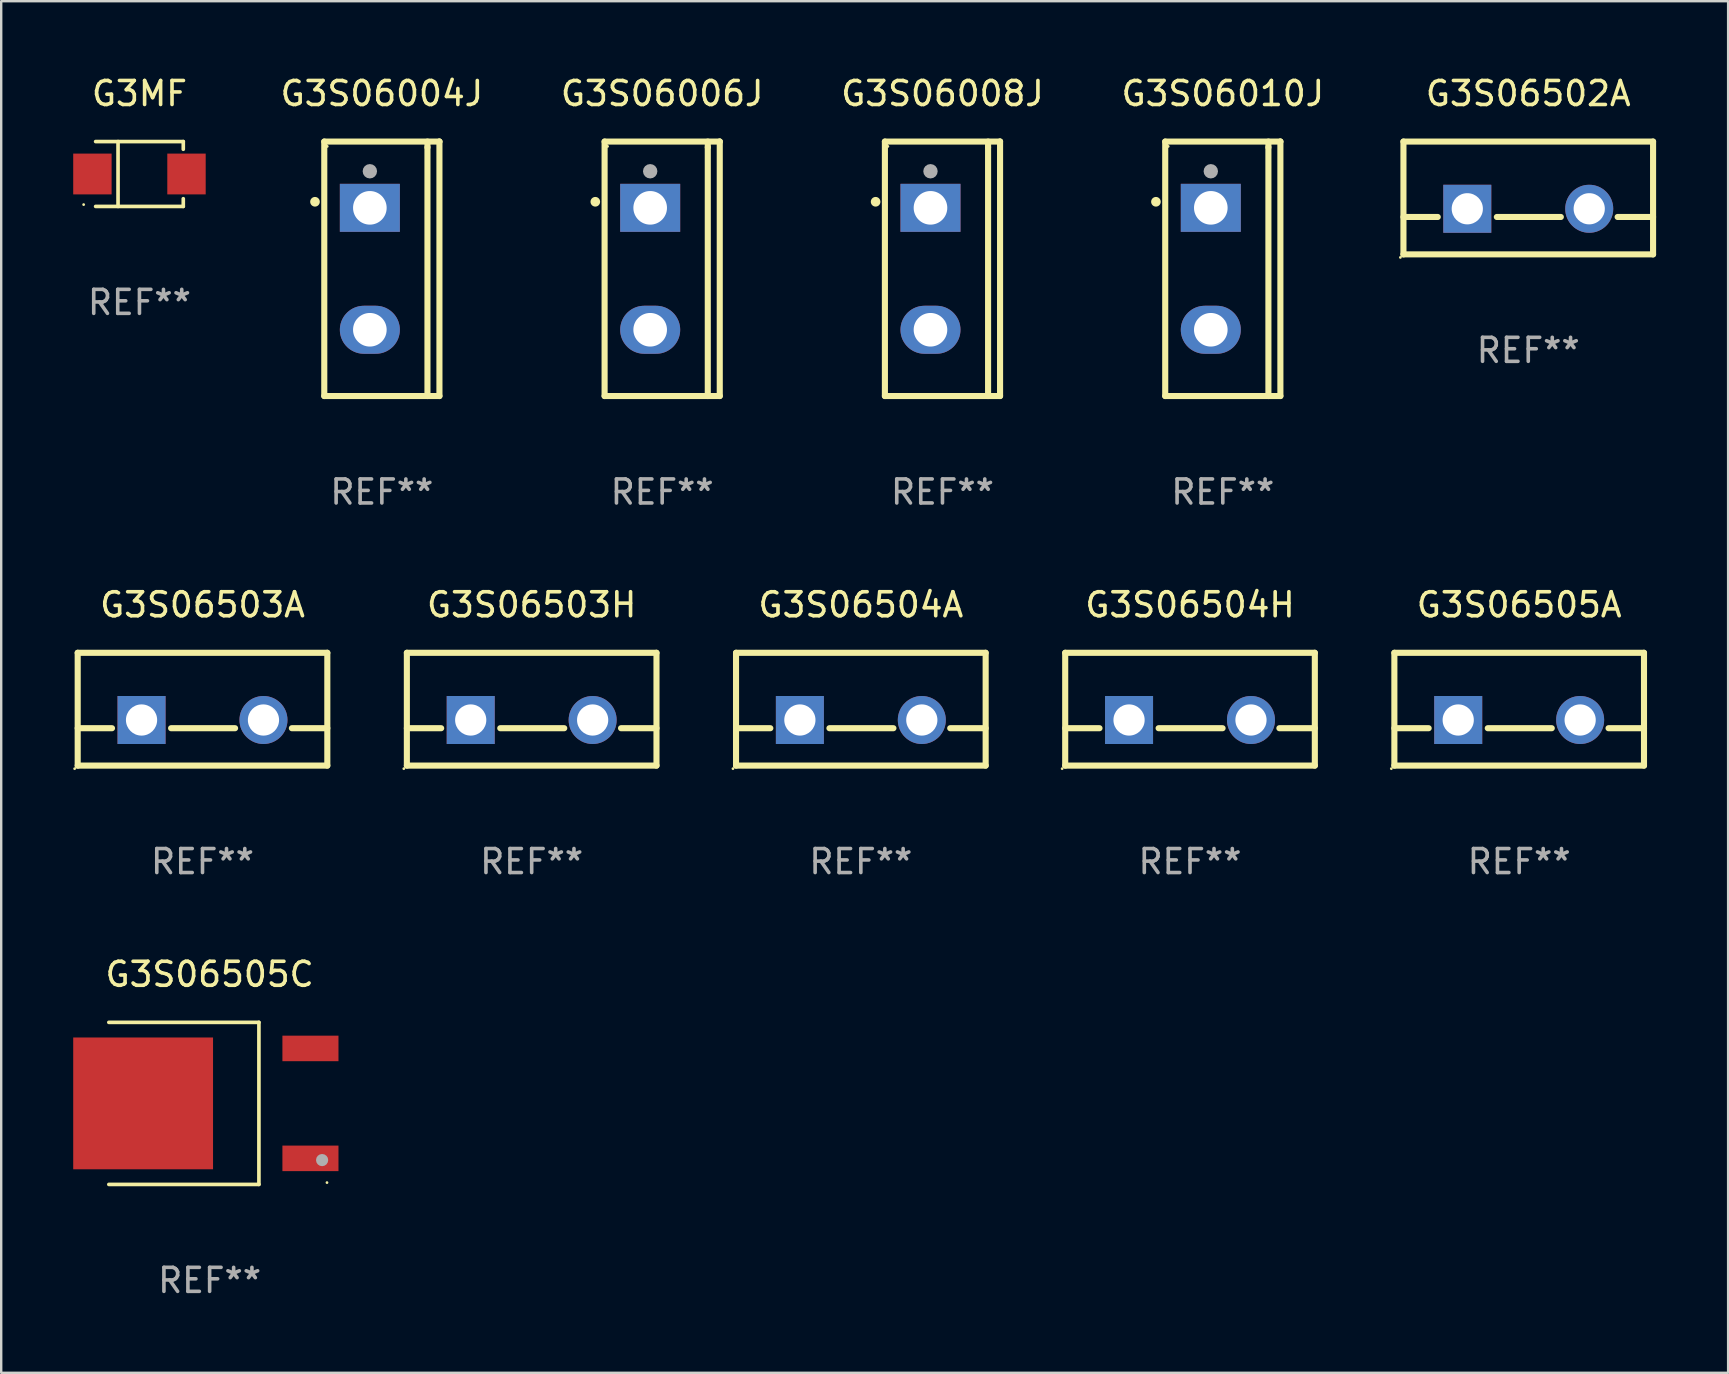
<source format=kicad_pcb>
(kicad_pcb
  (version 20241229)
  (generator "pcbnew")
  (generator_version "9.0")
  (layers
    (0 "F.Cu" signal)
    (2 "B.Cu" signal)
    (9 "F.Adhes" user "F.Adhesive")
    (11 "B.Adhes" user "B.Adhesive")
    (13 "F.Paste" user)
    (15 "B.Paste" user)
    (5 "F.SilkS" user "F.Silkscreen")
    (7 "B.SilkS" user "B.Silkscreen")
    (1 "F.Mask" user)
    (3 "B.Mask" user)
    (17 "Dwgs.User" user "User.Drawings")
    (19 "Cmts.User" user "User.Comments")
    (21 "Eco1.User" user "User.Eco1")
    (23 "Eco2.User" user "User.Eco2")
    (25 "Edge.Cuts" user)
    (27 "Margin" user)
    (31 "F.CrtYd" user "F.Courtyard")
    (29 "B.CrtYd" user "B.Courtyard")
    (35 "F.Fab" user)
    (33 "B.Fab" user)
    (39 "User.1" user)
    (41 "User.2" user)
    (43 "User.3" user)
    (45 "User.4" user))
  (footprint "G3S06504H"
    (layer "F.Cu")
    (at 46.529 26.497)
    (property "Reference" "G3S06504H" (at 0 -4.35 0) (layer "F.SilkS") (effects (font (size 1 1) (thickness 0.15))))
    (attr through_hole)
    (fp_line (start -5.2 -2.35) (end -5.2 2.35) (stroke (width 0.254) (type solid)) (layer "F.SilkS"))
    (fp_line (start -5.2 -2.35) (end 5.2 -2.35) (stroke (width 0.254) (type solid)) (layer "F.SilkS"))
    (fp_line (start -5.2 0.792) (end -3.771 0.792) (stroke (width 0.254) (type solid)) (layer "F.SilkS"))
    (fp_line (start -5.2 2.35) (end 5.2 2.35) (stroke (width 0.254) (type solid)) (layer "F.SilkS"))
    (fp_line (start -1.309 0.792) (end 1.357 0.792) (stroke (width 0.254) (type solid)) (layer "F.SilkS"))
    (fp_line (start 3.723 0.792) (end 5.2 0.792) (stroke (width 0.254) (type solid)) (layer "F.SilkS"))
    (fp_line (start 5.2 -2.35) (end 5.2 2.35) (stroke (width 0.254) (type solid)) (layer "F.SilkS"))
    (fp_circle (center -5.327 2.477) (end -5.297 2.477) (stroke (width 0.06) (type solid)) (fill no) (layer "F.SilkS"))
    (fp_text user "REF**" (at 0 6.35 0) (layer "F.Fab") (effects (font (size 1 1) (thickness 0.15))))
    (pad "1" thru_hole rect (at -2.54 0.45) (size 2 2) (drill 1.3) (layers "*.Cu" "*.Mask"))
    (pad "2" thru_hole circle (at 2.54 0.45) (size 2 2) (drill 1.3) (layers "*.Cu" "*.Mask")))
  (footprint "G3S06505A"
    (layer "F.Cu")
    (at 60.243 26.497)
    (property "Reference" "G3S06505A" (at 0 -4.35 0) (layer "F.SilkS") (effects (font (size 1 1) (thickness 0.15))))
    (attr through_hole)
    (fp_line (start -5.2 -2.35) (end -5.2 2.35) (stroke (width 0.254) (type solid)) (layer "F.SilkS"))
    (fp_line (start -5.2 -2.35) (end 5.2 -2.35) (stroke (width 0.254) (type solid)) (layer "F.SilkS"))
    (fp_line (start -5.2 0.792) (end -3.771 0.792) (stroke (width 0.254) (type solid)) (layer "F.SilkS"))
    (fp_line (start -5.2 2.35) (end 5.2 2.35) (stroke (width 0.254) (type solid)) (layer "F.SilkS"))
    (fp_line (start -1.309 0.792) (end 1.357 0.792) (stroke (width 0.254) (type solid)) (layer "F.SilkS"))
    (fp_line (start 3.723 0.792) (end 5.2 0.792) (stroke (width 0.254) (type solid)) (layer "F.SilkS"))
    (fp_line (start 5.2 -2.35) (end 5.2 2.35) (stroke (width 0.254) (type solid)) (layer "F.SilkS"))
    (fp_circle (center -5.327 2.477) (end -5.297 2.477) (stroke (width 0.06) (type solid)) (fill no) (layer "F.SilkS"))
    (fp_text user "REF**" (at 0 6.35 0) (layer "F.Fab") (effects (font (size 1 1) (thickness 0.15))))
    (pad "1" thru_hole rect (at -2.54 0.45) (size 2 2) (drill 1.3) (layers "*.Cu" "*.Mask"))
    (pad "2" thru_hole circle (at 2.54 0.45) (size 2 2) (drill 1.3) (layers "*.Cu" "*.Mask")))
  (footprint "G3S06502A"
    (layer "F.Cu")
    (at 60.621 5.198)
    (property "Reference" "G3S06502A" (at 0 -4.35 0) (layer "F.SilkS") (effects (font (size 1 1) (thickness 0.15))))
    (attr through_hole)
    (fp_line (start -5.2 -2.35) (end -5.2 2.35) (stroke (width 0.254) (type solid)) (layer "F.SilkS"))
    (fp_line (start -5.2 -2.35) (end 5.2 -2.35) (stroke (width 0.254) (type solid)) (layer "F.SilkS"))
    (fp_line (start -5.2 0.792) (end -3.771 0.792) (stroke (width 0.254) (type solid)) (layer "F.SilkS"))
    (fp_line (start -5.2 2.35) (end 5.2 2.35) (stroke (width 0.254) (type solid)) (layer "F.SilkS"))
    (fp_line (start -1.309 0.792) (end 1.357 0.792) (stroke (width 0.254) (type solid)) (layer "F.SilkS"))
    (fp_line (start 3.723 0.792) (end 5.2 0.792) (stroke (width 0.254) (type solid)) (layer "F.SilkS"))
    (fp_line (start 5.2 -2.35) (end 5.2 2.35) (stroke (width 0.254) (type solid)) (layer "F.SilkS"))
    (fp_circle (center -5.327 2.477) (end -5.297 2.477) (stroke (width 0.06) (type solid)) (fill no) (layer "F.SilkS"))
    (fp_text user "REF**" (at 0 6.35 0) (layer "F.Fab") (effects (font (size 1 1) (thickness 0.15))))
    (pad "1" thru_hole rect (at -2.54 0.45) (size 2 2) (drill 1.3) (layers "*.Cu" "*.Mask"))
    (pad "2" thru_hole circle (at 2.54 0.45) (size 2 2) (drill 1.3) (layers "*.Cu" "*.Mask")))
  (footprint "G3S06004J"
    (layer "F.Cu")
    (at 12.859 8.149)
    (property "Reference" "G3S06004J" (at 0 -7.301 0) (layer "F.SilkS") (effects (font (size 1 1) (thickness 0.15))))
    (attr through_hole)
    (fp_line (start -2.399 -5.301) (end 2.394 -5.301) (stroke (width 0.254) (type solid)) (layer "F.SilkS"))
    (fp_line (start -2.399 5.301) (end -2.399 -5.301) (stroke (width 0.254) (type solid)) (layer "F.SilkS"))
    (fp_line (start 1.9 -5.061) (end 1.9 -5.3) (stroke (width 0.254) (type solid)) (layer "F.SilkS"))
    (fp_line (start 1.9 5.3) (end 1.9 -5.061) (stroke (width 0.254) (type solid)) (layer "F.SilkS"))
    (fp_line (start 2.394 -5.301) (end 2.399 -5.301) (stroke (width 0.254) (type solid)) (layer "F.SilkS"))
    (fp_line (start 2.399 -5.301) (end 2.399 5.301) (stroke (width 0.254) (type solid)) (layer "F.SilkS"))
    (fp_line (start 2.399 5.301) (end -2.399 5.301) (stroke (width 0.254) (type solid)) (layer "F.SilkS"))
    (fp_arc (start -2.786043 -2.791466) (mid -2.786047 -2.792736) (end -2.786043 -2.794006) (stroke (width 0.4) (type solid)) (layer "F.SilkS"))
    (fp_circle (center -2.275 -5.1) (end -2.245 -5.1) (stroke (width 0.06) (type solid)) (fill no) (layer "F.SilkS"))
    (fp_circle (center -0.5 -4.064) (end -0.35 -4.064) (stroke (width 0.3) (type solid)) (fill no) (layer "F.Fab"))
    (fp_text user "REF**" (at 0 9.301 0) (layer "F.Fab") (effects (font (size 1 1) (thickness 0.15))))
    (pad "1" thru_hole rect (at -0.5 -2.54 270) (size 2 2.5) (drill 1.4) (layers "*.Cu" "*.Mask"))
    (pad "3" thru_hole oval (at -0.5 2.54 270) (size 2 2.5) (drill 1.4) (layers "*.Cu" "*.Mask")))
  (footprint "G3S06008J"
    (layer "F.Cu")
    (at 36.216 8.149)
    (property "Reference" "G3S06008J" (at 0 -7.301 0) (layer "F.SilkS") (effects (font (size 1 1) (thickness 0.15))))
    (attr through_hole)
    (fp_line (start -2.399 -5.301) (end 2.394 -5.301) (stroke (width 0.254) (type solid)) (layer "F.SilkS"))
    (fp_line (start -2.399 5.301) (end -2.399 -5.301) (stroke (width 0.254) (type solid)) (layer "F.SilkS"))
    (fp_line (start 1.9 -5.061) (end 1.9 -5.3) (stroke (width 0.254) (type solid)) (layer "F.SilkS"))
    (fp_line (start 1.9 5.3) (end 1.9 -5.061) (stroke (width 0.254) (type solid)) (layer "F.SilkS"))
    (fp_line (start 2.394 -5.301) (end 2.399 -5.301) (stroke (width 0.254) (type solid)) (layer "F.SilkS"))
    (fp_line (start 2.399 -5.301) (end 2.399 5.301) (stroke (width 0.254) (type solid)) (layer "F.SilkS"))
    (fp_line (start 2.399 5.301) (end -2.399 5.301) (stroke (width 0.254) (type solid)) (layer "F.SilkS"))
    (fp_arc (start -2.786043 -2.791466) (mid -2.786047 -2.792736) (end -2.786043 -2.794006) (stroke (width 0.4) (type solid)) (layer "F.SilkS"))
    (fp_circle (center -2.275 -5.1) (end -2.245 -5.1) (stroke (width 0.06) (type solid)) (fill no) (layer "F.SilkS"))
    (fp_circle (center -0.5 -4.064) (end -0.35 -4.064) (stroke (width 0.3) (type solid)) (fill no) (layer "F.Fab"))
    (fp_text user "REF**" (at 0 9.301 0) (layer "F.Fab") (effects (font (size 1 1) (thickness 0.15))))
    (pad "1" thru_hole rect (at -0.5 -2.54 270) (size 2 2.5) (drill 1.4) (layers "*.Cu" "*.Mask"))
    (pad "3" thru_hole oval (at -0.5 2.54 270) (size 2 2.5) (drill 1.4) (layers "*.Cu" "*.Mask")))
  (footprint "G3S06505C"
    (layer "F.Cu")
    (at 5.684 42.92)
    (property "Reference" "G3S06505C" (at 0 -5.376 0) (layer "F.SilkS") (effects (font (size 1 1) (thickness 0.15))))
    (attr through_hole)
    (fp_line (start -4.2 -3.376) (end 2.053 -3.376) (stroke (width 0.152) (type solid)) (layer "F.SilkS"))
    (fp_line (start -4.2 3.376) (end 2.053 3.376) (stroke (width 0.152) (type solid)) (layer "F.SilkS"))
    (fp_line (start 2.053 3.376) (end 2.053 -3.376) (stroke (width 0.152) (type solid)) (layer "F.SilkS"))
    (fp_circle (center 4.889 3.3) (end 4.919 3.3) (stroke (width 0.06) (type solid)) (fill no) (layer "F.SilkS"))
    (fp_circle (center 4.686 2.362) (end 4.813 2.362) (stroke (width 0.254) (type solid)) (fill no) (layer "F.Fab"))
    (fp_text user "REF**" (at 0 7.376 0) (layer "F.Fab") (effects (font (size 1 1) (thickness 0.15))))
    (pad "1" smd rect (at 4.2 2.29) (size 2.336 1.064) (layers "F.Cu" "F.Mask" "F.Paste"))
    (pad "3" smd rect (at 4.2 -2.29) (size 2.336 1.064) (layers "F.Cu" "F.Mask" "F.Paste"))
    (pad "4" smd rect (at -2.771 0) (size 5.826 5.491) (layers "F.Cu" "F.Mask" "F.Paste")))
  (footprint "G3MF"
    (layer "F.Cu")
    (at 2.76 4.199)
    (property "Reference" "G3MF" (at 0 -3.351 0) (layer "F.SilkS") (effects (font (size 1 1) (thickness 0.15))))
    (attr through_hole)
    (fp_line (start -1.826 -1.351) (end 1.826 -1.351) (stroke (width 0.152) (type solid)) (layer "F.SilkS"))
    (fp_line (start -1.826 1.351) (end 1.826 1.351) (stroke (width 0.152) (type solid)) (layer "F.SilkS"))
    (fp_line (start -0.892 -1.351) (end -0.892 1.351) (stroke (width 0.152) (type solid)) (layer "F.SilkS"))
    (fp_line (start 1.826 -1.351) (end 1.826 -1.03) (stroke (width 0.152) (type solid)) (layer "F.SilkS"))
    (fp_line (start 1.826 1.03) (end 1.826 1.351) (stroke (width 0.152) (type solid)) (layer "F.SilkS"))
    (fp_circle (center -2.325 1.275) (end -2.295 1.275) (stroke (width 0.06) (type solid)) (fill no) (layer "F.SilkS"))
    (fp_text user "REF**" (at 0 5.351 0) (layer "F.Fab") (effects (font (size 1 1) (thickness 0.15))))
    (pad "1" smd rect (at -1.96 0 180) (size 1.6 1.7) (layers "F.Cu" "F.Mask" "F.Paste"))
    (pad "2" smd rect (at 1.96 0 180) (size 1.6 1.7) (layers "F.Cu" "F.Mask" "F.Paste")))
  (footprint "G3S06010J"
    (layer "F.Cu")
    (at 47.895 8.149)
    (property "Reference" "G3S06010J" (at 0 -7.301 0) (layer "F.SilkS") (effects (font (size 1 1) (thickness 0.15))))
    (attr through_hole)
    (fp_line (start -2.399 -5.301) (end 2.394 -5.301) (stroke (width 0.254) (type solid)) (layer "F.SilkS"))
    (fp_line (start -2.399 5.301) (end -2.399 -5.301) (stroke (width 0.254) (type solid)) (layer "F.SilkS"))
    (fp_line (start 1.9 -5.061) (end 1.9 -5.3) (stroke (width 0.254) (type solid)) (layer "F.SilkS"))
    (fp_line (start 1.9 5.3) (end 1.9 -5.061) (stroke (width 0.254) (type solid)) (layer "F.SilkS"))
    (fp_line (start 2.394 -5.301) (end 2.399 -5.301) (stroke (width 0.254) (type solid)) (layer "F.SilkS"))
    (fp_line (start 2.399 -5.301) (end 2.399 5.301) (stroke (width 0.254) (type solid)) (layer "F.SilkS"))
    (fp_line (start 2.399 5.301) (end -2.399 5.301) (stroke (width 0.254) (type solid)) (layer "F.SilkS"))
    (fp_arc (start -2.786043 -2.791466) (mid -2.786047 -2.792736) (end -2.786043 -2.794006) (stroke (width 0.4) (type solid)) (layer "F.SilkS"))
    (fp_circle (center -2.275 -5.1) (end -2.245 -5.1) (stroke (width 0.06) (type solid)) (fill no) (layer "F.SilkS"))
    (fp_circle (center -0.5 -4.064) (end -0.35 -4.064) (stroke (width 0.3) (type solid)) (fill no) (layer "F.Fab"))
    (fp_text user "REF**" (at 0 9.301 0) (layer "F.Fab") (effects (font (size 1 1) (thickness 0.15))))
    (pad "1" thru_hole rect (at -0.5 -2.54 270) (size 2 2.5) (drill 1.4) (layers "*.Cu" "*.Mask"))
    (pad "3" thru_hole oval (at -0.5 2.54 270) (size 2 2.5) (drill 1.4) (layers "*.Cu" "*.Mask")))
  (footprint "G3S06006J"
    (layer "F.Cu")
    (at 24.538 8.149)
    (property "Reference" "G3S06006J" (at 0 -7.301 0) (layer "F.SilkS") (effects (font (size 1 1) (thickness 0.15))))
    (attr through_hole)
    (fp_line (start -2.399 -5.301) (end 2.394 -5.301) (stroke (width 0.254) (type solid)) (layer "F.SilkS"))
    (fp_line (start -2.399 5.301) (end -2.399 -5.301) (stroke (width 0.254) (type solid)) (layer "F.SilkS"))
    (fp_line (start 1.9 -5.061) (end 1.9 -5.3) (stroke (width 0.254) (type solid)) (layer "F.SilkS"))
    (fp_line (start 1.9 5.3) (end 1.9 -5.061) (stroke (width 0.254) (type solid)) (layer "F.SilkS"))
    (fp_line (start 2.394 -5.301) (end 2.399 -5.301) (stroke (width 0.254) (type solid)) (layer "F.SilkS"))
    (fp_line (start 2.399 -5.301) (end 2.399 5.301) (stroke (width 0.254) (type solid)) (layer "F.SilkS"))
    (fp_line (start 2.399 5.301) (end -2.399 5.301) (stroke (width 0.254) (type solid)) (layer "F.SilkS"))
    (fp_arc (start -2.786043 -2.791466) (mid -2.786047 -2.792736) (end -2.786043 -2.794006) (stroke (width 0.4) (type solid)) (layer "F.SilkS"))
    (fp_circle (center -2.275 -5.1) (end -2.245 -5.1) (stroke (width 0.06) (type solid)) (fill no) (layer "F.SilkS"))
    (fp_circle (center -0.5 -4.064) (end -0.35 -4.064) (stroke (width 0.3) (type solid)) (fill no) (layer "F.Fab"))
    (fp_text user "REF**" (at 0 9.301 0) (layer "F.Fab") (effects (font (size 1 1) (thickness 0.15))))
    (pad "1" thru_hole rect (at -0.5 -2.54 270) (size 2 2.5) (drill 1.4) (layers "*.Cu" "*.Mask"))
    (pad "3" thru_hole oval (at -0.5 2.54 270) (size 2 2.5) (drill 1.4) (layers "*.Cu" "*.Mask")))
  (footprint "G3S06503H"
    (layer "F.Cu")
    (at 19.101 26.497)
    (property "Reference" "G3S06503H" (at 0 -4.35 0) (layer "F.SilkS") (effects (font (size 1 1) (thickness 0.15))))
    (attr through_hole)
    (fp_line (start -5.2 -2.35) (end -5.2 2.35) (stroke (width 0.254) (type solid)) (layer "F.SilkS"))
    (fp_line (start -5.2 -2.35) (end 5.2 -2.35) (stroke (width 0.254) (type solid)) (layer "F.SilkS"))
    (fp_line (start -5.2 0.792) (end -3.771 0.792) (stroke (width 0.254) (type solid)) (layer "F.SilkS"))
    (fp_line (start -5.2 2.35) (end 5.2 2.35) (stroke (width 0.254) (type solid)) (layer "F.SilkS"))
    (fp_line (start -1.309 0.792) (end 1.357 0.792) (stroke (width 0.254) (type solid)) (layer "F.SilkS"))
    (fp_line (start 3.723 0.792) (end 5.2 0.792) (stroke (width 0.254) (type solid)) (layer "F.SilkS"))
    (fp_line (start 5.2 -2.35) (end 5.2 2.35) (stroke (width 0.254) (type solid)) (layer "F.SilkS"))
    (fp_circle (center -5.327 2.477) (end -5.297 2.477) (stroke (width 0.06) (type solid)) (fill no) (layer "F.SilkS"))
    (fp_text user "REF**" (at 0 6.35 0) (layer "F.Fab") (effects (font (size 1 1) (thickness 0.15))))
    (pad "1" thru_hole rect (at -2.54 0.45) (size 2 2) (drill 1.3) (layers "*.Cu" "*.Mask"))
    (pad "2" thru_hole circle (at 2.54 0.45) (size 2 2) (drill 1.3) (layers "*.Cu" "*.Mask")))
  (footprint "G3S06503A"
    (layer "F.Cu")
    (at 5.387 26.497)
    (property "Reference" "G3S06503A" (at 0 -4.35 0) (layer "F.SilkS") (effects (font (size 1 1) (thickness 0.15))))
    (attr through_hole)
    (fp_line (start -5.2 -2.35) (end -5.2 2.35) (stroke (width 0.254) (type solid)) (layer "F.SilkS"))
    (fp_line (start -5.2 -2.35) (end 5.2 -2.35) (stroke (width 0.254) (type solid)) (layer "F.SilkS"))
    (fp_line (start -5.2 0.792) (end -3.771 0.792) (stroke (width 0.254) (type solid)) (layer "F.SilkS"))
    (fp_line (start -5.2 2.35) (end 5.2 2.35) (stroke (width 0.254) (type solid)) (layer "F.SilkS"))
    (fp_line (start -1.309 0.792) (end 1.357 0.792) (stroke (width 0.254) (type solid)) (layer "F.SilkS"))
    (fp_line (start 3.723 0.792) (end 5.2 0.792) (stroke (width 0.254) (type solid)) (layer "F.SilkS"))
    (fp_line (start 5.2 -2.35) (end 5.2 2.35) (stroke (width 0.254) (type solid)) (layer "F.SilkS"))
    (fp_circle (center -5.327 2.477) (end -5.297 2.477) (stroke (width 0.06) (type solid)) (fill no) (layer "F.SilkS"))
    (fp_text user "REF**" (at 0 6.35 0) (layer "F.Fab") (effects (font (size 1 1) (thickness 0.15))))
    (pad "1" thru_hole rect (at -2.54 0.45) (size 2 2) (drill 1.3) (layers "*.Cu" "*.Mask"))
    (pad "2" thru_hole circle (at 2.54 0.45) (size 2 2) (drill 1.3) (layers "*.Cu" "*.Mask")))
  (footprint "G3S06504A"
    (layer "F.Cu")
    (at 32.815 26.497)
    (property "Reference" "G3S06504A" (at 0 -4.35 0) (layer "F.SilkS") (effects (font (size 1 1) (thickness 0.15))))
    (attr through_hole)
    (fp_line (start -5.2 -2.35) (end -5.2 2.35) (stroke (width 0.254) (type solid)) (layer "F.SilkS"))
    (fp_line (start -5.2 -2.35) (end 5.2 -2.35) (stroke (width 0.254) (type solid)) (layer "F.SilkS"))
    (fp_line (start -5.2 0.792) (end -3.771 0.792) (stroke (width 0.254) (type solid)) (layer "F.SilkS"))
    (fp_line (start -5.2 2.35) (end 5.2 2.35) (stroke (width 0.254) (type solid)) (layer "F.SilkS"))
    (fp_line (start -1.309 0.792) (end 1.357 0.792) (stroke (width 0.254) (type solid)) (layer "F.SilkS"))
    (fp_line (start 3.723 0.792) (end 5.2 0.792) (stroke (width 0.254) (type solid)) (layer "F.SilkS"))
    (fp_line (start 5.2 -2.35) (end 5.2 2.35) (stroke (width 0.254) (type solid)) (layer "F.SilkS"))
    (fp_circle (center -5.327 2.477) (end -5.297 2.477) (stroke (width 0.06) (type solid)) (fill no) (layer "F.SilkS"))
    (fp_text user "REF**" (at 0 6.35 0) (layer "F.Fab") (effects (font (size 1 1) (thickness 0.15))))
    (pad "1" thru_hole rect (at -2.54 0.45) (size 2 2) (drill 1.3) (layers "*.Cu" "*.Mask"))
    (pad "2" thru_hole circle (at 2.54 0.45) (size 2 2) (drill 1.3) (layers "*.Cu" "*.Mask")))
  (gr_rect
    (start -3 -3)
    (end 68.948 54.144)
    (stroke (width 0.1) (type default))
    (fill no)
    (layer "Edge.Cuts")))
</source>
